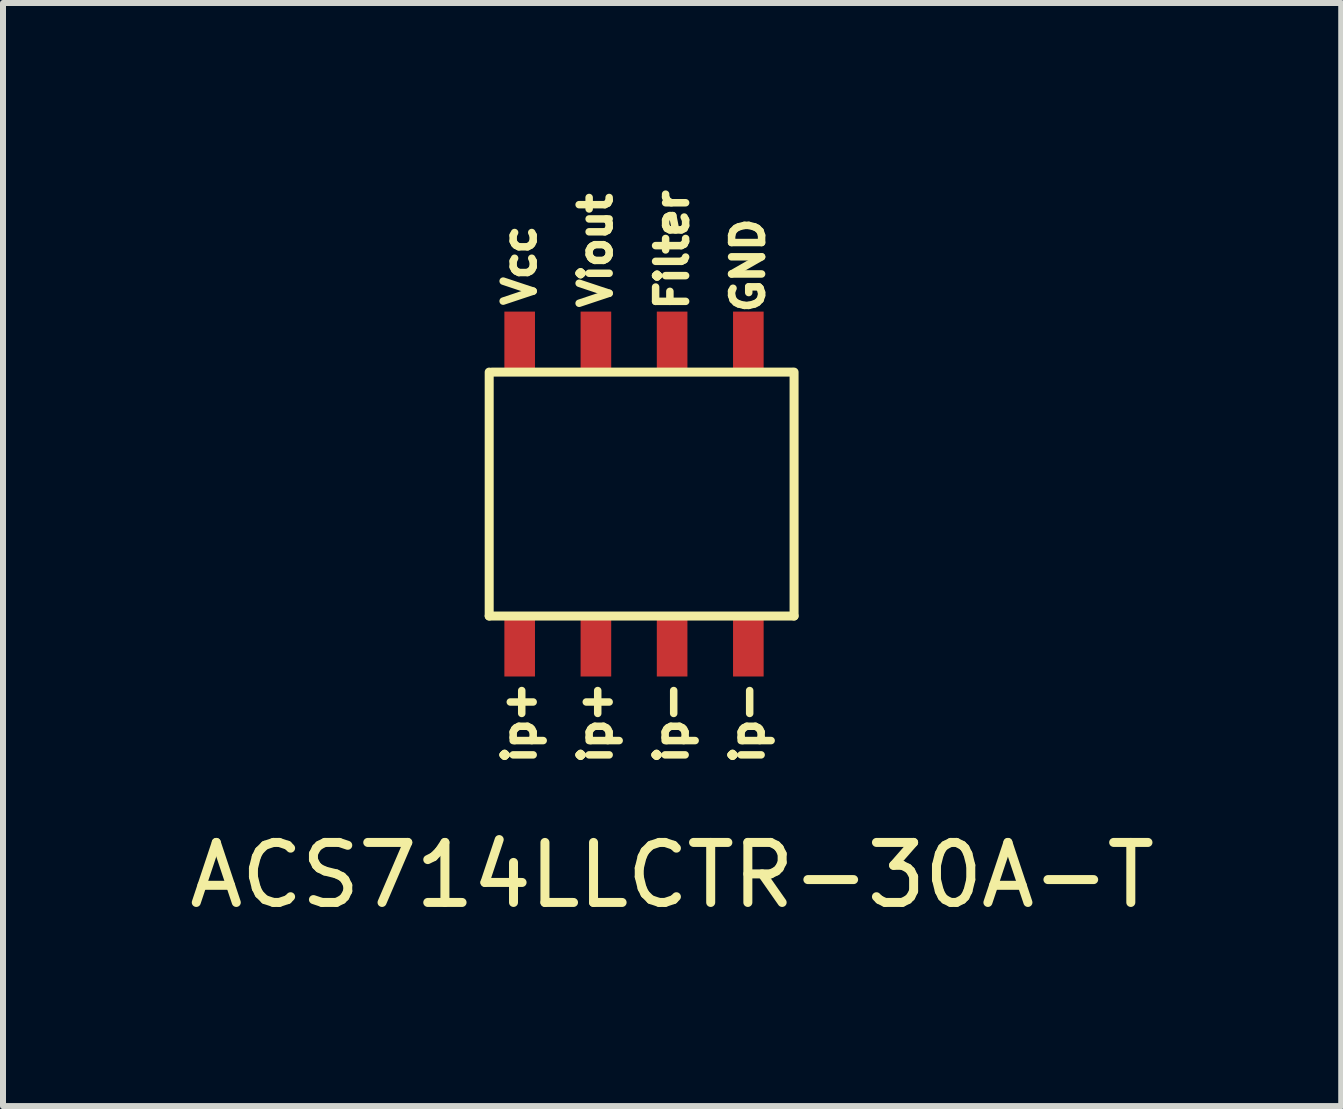
<source format=kicad_pcb>
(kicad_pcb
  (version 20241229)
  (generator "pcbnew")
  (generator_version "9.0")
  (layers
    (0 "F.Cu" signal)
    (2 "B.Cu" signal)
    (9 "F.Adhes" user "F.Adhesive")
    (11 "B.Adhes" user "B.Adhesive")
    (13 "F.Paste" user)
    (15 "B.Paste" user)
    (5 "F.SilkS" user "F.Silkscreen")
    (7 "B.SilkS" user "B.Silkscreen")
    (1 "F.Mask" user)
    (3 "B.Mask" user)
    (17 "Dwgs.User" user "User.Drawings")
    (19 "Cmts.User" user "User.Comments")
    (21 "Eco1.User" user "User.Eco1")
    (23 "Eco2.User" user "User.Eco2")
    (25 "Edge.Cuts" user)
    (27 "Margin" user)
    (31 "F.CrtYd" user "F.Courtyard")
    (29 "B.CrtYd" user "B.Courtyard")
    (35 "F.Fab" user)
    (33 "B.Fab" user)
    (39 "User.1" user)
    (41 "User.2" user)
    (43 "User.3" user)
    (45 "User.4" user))
  (footprint "ACS714LLCTR-30A-T"
    (layer "F.Cu")
    (at 8.149 3.912)
    (property "Reference" "ACS714LLCTR-30A-T" (at 0 7.62 0) (layer "F.SilkS") (effects (font (size 1 1) (thickness 0.15))))
    (attr through_hole)
    (fp_line (start -3.048 3.302) (end -3.048 -0.762) (stroke (width 0.15) (type solid)) (layer "F.SilkS"))
    (fp_line (start -3.048 3.302) (end 2.032 3.302) (stroke (width 0.15) (type solid)) (layer "F.SilkS"))
    (fp_line (start 2 -0.762) (end -3 -0.762) (stroke (width 0.15) (type solid)) (layer "F.SilkS"))
    (fp_line (start 2.032 3.302) (end 2.032 -0.762) (stroke (width 0.15) (type solid)) (layer "F.SilkS"))
    (fp_text user "ip-" (at -0.008 5.08 90) (layer "F.SilkS") (effects (font (size 0.5 0.5) (thickness 0.125))))
    (fp_text user "ip+" (at -1.274 5.08 90) (layer "F.SilkS") (effects (font (size 0.5 0.5) (thickness 0.125))))
    (fp_text user "Filter" (at 0 -2.798 90) (layer "F.SilkS") (effects (font (size 0.5 0.5) (thickness 0.125))))
    (fp_text user "GND" (at 1.266 -2.54 90) (layer "F.SilkS") (effects (font (size 0.5 0.5) (thickness 0.125))))
    (fp_text user "ip+" (at -2.54 5.08 90) (layer "F.SilkS") (effects (font (size 0.5 0.5) (thickness 0.125))))
    (fp_text user "Viout" (at -1.274 -2.79 90) (layer "F.SilkS") (effects (font (size 0.5 0.5) (thickness 0.125))))
    (fp_text user "ip-" (at 1.258 5.08 90) (layer "F.SilkS") (effects (font (size 0.5 0.5) (thickness 0.125))))
    (fp_text user "Vcc" (at -2.54 -2.54 90) (layer "F.SilkS") (effects (font (size 0.5 0.5) (thickness 0.125))))
    (pad "1" smd rect (at -2.54 3.81) (size 0.51 1) (layers "F.Cu" "F.Mask" "F.Paste"))
    (pad "2" smd rect (at -1.27 3.81) (size 0.51 1) (layers "F.Cu" "F.Mask" "F.Paste"))
    (pad "3" smd rect (at 0 3.81) (size 0.51 1) (layers "F.Cu" "F.Mask" "F.Paste"))
    (pad "4" smd rect (at 1.27 3.81) (size 0.51 1) (layers "F.Cu" "F.Mask" "F.Paste"))
    (pad "5" smd rect (at 1.27 -1.27) (size 0.51 1) (layers "F.Cu" "F.Mask" "F.Paste"))
    (pad "6" smd rect (at 0 -1.27) (size 0.51 1) (layers "F.Cu" "F.Mask" "F.Paste"))
    (pad "7" smd rect (at -1.27 -1.27) (size 0.51 1) (layers "F.Cu" "F.Mask" "F.Paste"))
    (pad "8" smd rect (at -2.54 -1.27) (size 0.51 1) (layers "F.Cu" "F.Mask" "F.Paste")))
  (gr_rect
    (start -3 -3)
    (end 19.298 15.38)
    (stroke (width 0.1) (type default))
    (fill no)
    (layer "Edge.Cuts")))
</source>
